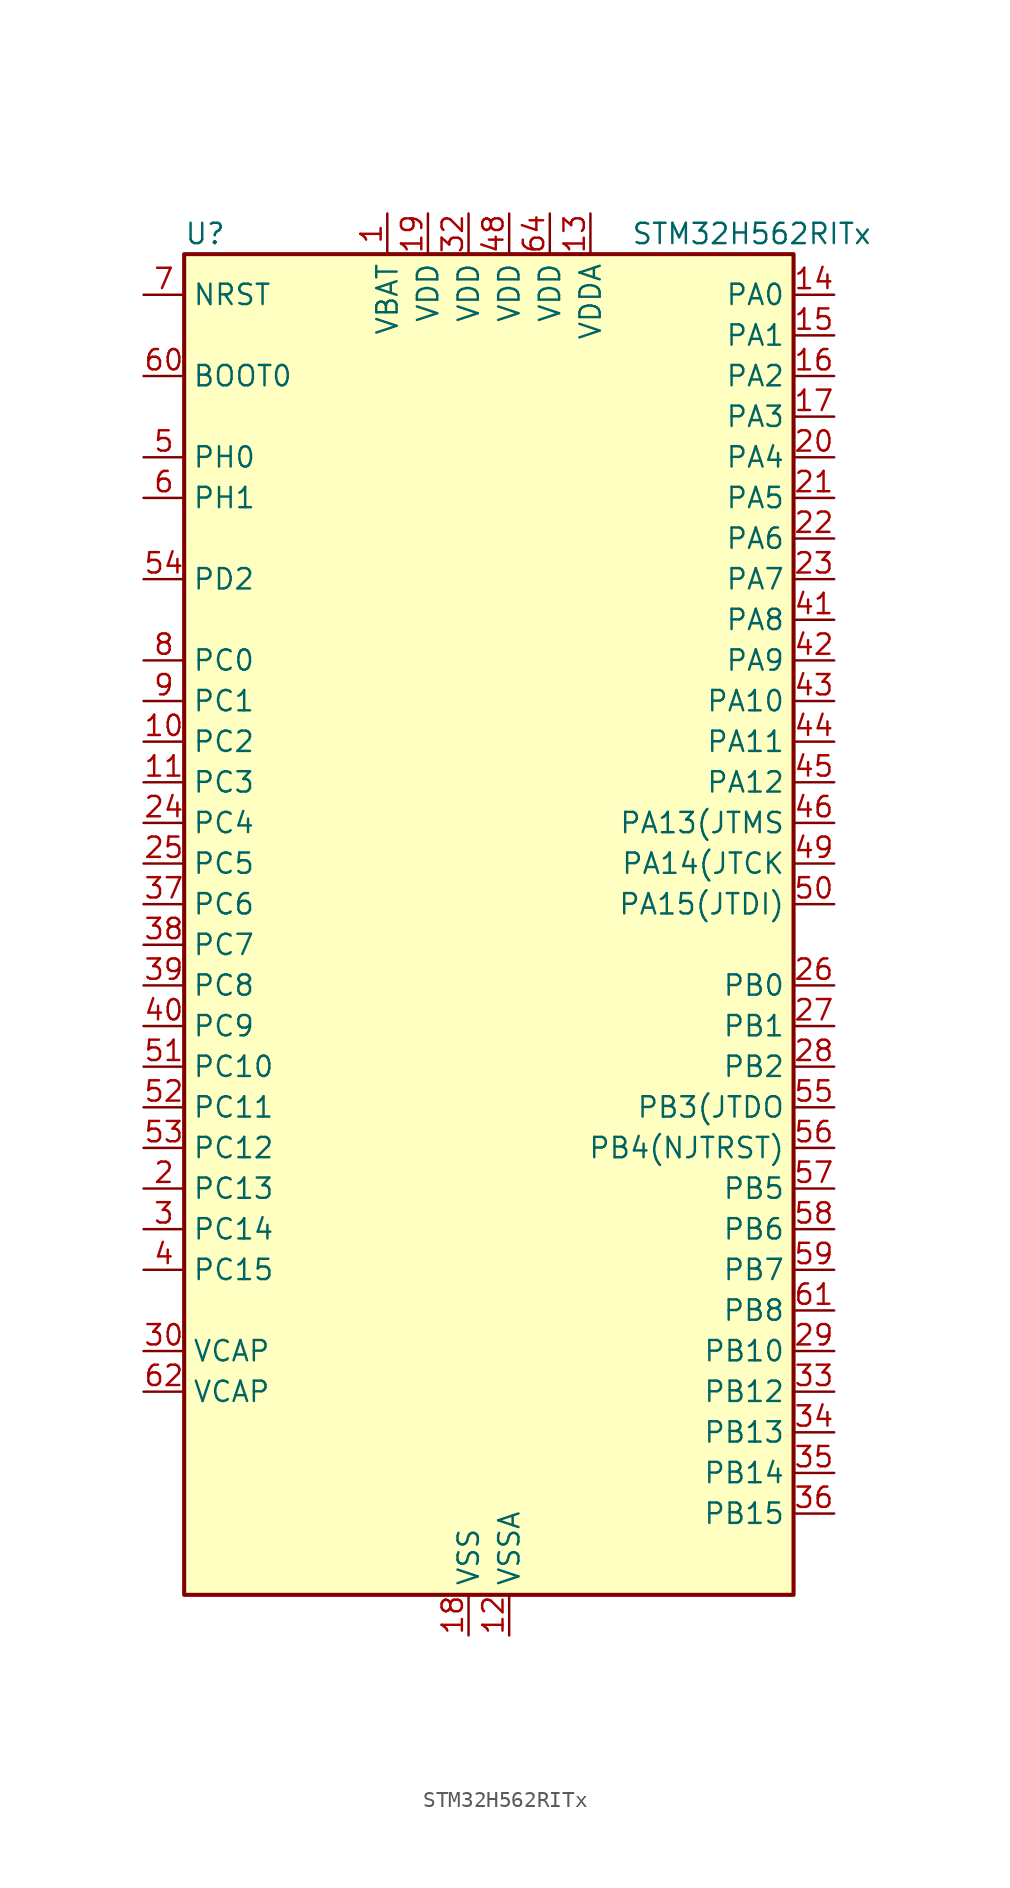
<source format=kicad_sym>
(kicad_symbol_lib
  (version 20231120)
  (generator "kicad-library-utils")
  (generator_version "8.0")
  (symbol "STM32H562RITx"
    (property "Reference" "U"
      (at -17.78 44.45 0)
      (effects (font (size 1.27 1.27)) (justify left)))
    (property "Value" "STM32H562RITx"
      (at 10.16 44.45 0)
      (effects (font (size 1.27 1.27)) (justify left)))
    (symbol "STM32H562RITx_0_1"
      (rectangle (start -17.78 -40.64) (end 20.32 43.18) (stroke (width 0.254) (type default)) (fill (type background))))
    (symbol "STM32H562RITx_1_1"
      (pin power_in line (at -5.08 45.72 270) (length 2.54) (name "VBAT" (effects (font (size 1.27 1.27)))) (number "1" (effects (font (size 1.27 1.27)))))
      (pin bidirectional line (at -20.32 12.7 0) (length 2.54) (name "PC2" (effects (font (size 1.27 1.27)))) (number "10" (effects (font (size 1.27 1.27)))) (alternate "ADC1_INN11" bidirectional line) (alternate "ADC1_INP12" bidirectional line) (alternate "ADC2_INN11" bidirectional line) (alternate "ADC2_INP12" bidirectional line) (alternate "I2S2_SDI" bidirectional line) (alternate "OCTOSPI1_IO2" bidirectional line) (alternate "OCTOSPI1_IO5" bidirectional line) (alternate "PWR_CSLEEP" bidirectional line) (alternate "SPI2_MISO" bidirectional line) (alternate "TIM17_CH1" bidirectional line) (alternate "TIM4_CH4" bidirectional line))
      (pin bidirectional line (at -20.32 10.16 0) (length 2.54) (name "PC3" (effects (font (size 1.27 1.27)))) (number "11" (effects (font (size 1.27 1.27)))) (alternate "ADC1_INN12" bidirectional line) (alternate "ADC1_INP13" bidirectional line) (alternate "ADC2_INN12" bidirectional line) (alternate "ADC2_INP13" bidirectional line) (alternate "I2S2_SDO" bidirectional line) (alternate "LPTIM3_CH1" bidirectional line) (alternate "OCTOSPI1_IO0" bidirectional line) (alternate "OCTOSPI1_IO6" bidirectional line) (alternate "PWR_CSTOP" bidirectional line) (alternate "SAI1_D3" bidirectional line) (alternate "SPI2_MOSI" bidirectional line))
      (pin power_in line (at 2.54 -43.18 90) (length 2.54) (name "VSSA" (effects (font (size 1.27 1.27)))) (number "12" (effects (font (size 1.27 1.27)))))
      (pin power_in line (at 7.62 45.72 270) (length 2.54) (name "VDDA" (effects (font (size 1.27 1.27)))) (number "13" (effects (font (size 1.27 1.27)))))
      (pin bidirectional line (at 22.86 40.64 180) (length 2.54) (name "PA0" (effects (font (size 1.27 1.27)))) (number "14" (effects (font (size 1.27 1.27)))) (alternate "ADC1_INN1" bidirectional line) (alternate "ADC1_INP0" bidirectional line) (alternate "ADC2_INN1" bidirectional line) (alternate "ADC2_INP0" bidirectional line) (alternate "PWR_WKUP1" bidirectional line) (alternate "SAI2_SD_B" bidirectional line) (alternate "SPI3_RDY" bidirectional line) (alternate "SPI6_NSS" bidirectional line) (alternate "TAMP_IN2" bidirectional line) (alternate "TAMP_OUT1" bidirectional line) (alternate "TIM15_BKIN" bidirectional line) (alternate "TIM2_CH1" bidirectional line) (alternate "TIM2_ETR" bidirectional line) (alternate "TIM5_CH1" bidirectional line) (alternate "TIM8_ETR" bidirectional line) (alternate "UART4_TX" bidirectional line) (alternate "USART2_CTS" bidirectional line) (alternate "USART2_NSS" bidirectional line))
      (pin bidirectional line (at 22.86 38.1 180) (length 2.54) (name "PA1" (effects (font (size 1.27 1.27)))) (number "15" (effects (font (size 1.27 1.27)))) (alternate "ADC1_INP1" bidirectional line) (alternate "ADC2_INP1" bidirectional line) (alternate "LPTIM1_IN1" bidirectional line) (alternate "OCTOSPI1_DQS" bidirectional line) (alternate "OCTOSPI1_IO3" bidirectional line) (alternate "SAI2_MCLK_B" bidirectional line) (alternate "TAMP_IN5" bidirectional line) (alternate "TAMP_OUT4" bidirectional line) (alternate "TIM15_CH1N" bidirectional line) (alternate "TIM2_CH2" bidirectional line) (alternate "TIM5_CH2" bidirectional line) (alternate "UART4_RX" bidirectional line) (alternate "USART2_RTS" bidirectional line))
      (pin bidirectional line (at 22.86 35.56 180) (length 2.54) (name "PA2" (effects (font (size 1.27 1.27)))) (number "16" (effects (font (size 1.27 1.27)))) (alternate "ADC1_INP14" bidirectional line) (alternate "ADC2_INP14" bidirectional line) (alternate "LPTIM1_IN2" bidirectional line) (alternate "PWR_WKUP2" bidirectional line) (alternate "SAI2_SCK_B" bidirectional line) (alternate "TAMP_IN4" bidirectional line) (alternate "TAMP_OUT3" bidirectional line) (alternate "TIM15_CH1" bidirectional line) (alternate "TIM2_CH3" bidirectional line) (alternate "TIM5_CH3" bidirectional line) (alternate "USART2_TX" bidirectional line))
      (pin bidirectional line (at 22.86 33.02 180) (length 2.54) (name "PA3" (effects (font (size 1.27 1.27)))) (number "17" (effects (font (size 1.27 1.27)))) (alternate "ADC1_INP15" bidirectional line) (alternate "ADC2_INP15" bidirectional line) (alternate "I2S2_WS" bidirectional line) (alternate "OCTOSPI1_CLK" bidirectional line) (alternate "SAI1_SD_B" bidirectional line) (alternate "SPI2_NSS" bidirectional line) (alternate "TIM15_CH2" bidirectional line) (alternate "TIM2_CH4" bidirectional line) (alternate "TIM5_CH4" bidirectional line) (alternate "USART2_RX" bidirectional line))
      (pin power_in line (at 0 -43.18 90) (length 2.54) (name "VSS" (effects (font (size 1.27 1.27)))) (number "18" (effects (font (size 1.27 1.27)))))
      (pin power_in line (at -2.54 45.72 270) (length 2.54) (name "VDD" (effects (font (size 1.27 1.27)))) (number "19" (effects (font (size 1.27 1.27)))))
      (pin bidirectional line (at -20.32 -15.24 0) (length 2.54) (name "PC13" (effects (font (size 1.27 1.27)))) (number "2" (effects (font (size 1.27 1.27)))) (alternate "PWR_WKUP4" bidirectional line) (alternate "RTC_OUT1" bidirectional line) (alternate "RTC_TS" bidirectional line) (alternate "TAMP_IN1" bidirectional line) (alternate "TAMP_OUT2" bidirectional line) (alternate "TAMP_OUT3" bidirectional line))
      (pin bidirectional line (at 22.86 30.48 180) (length 2.54) (name "PA4" (effects (font (size 1.27 1.27)))) (number "20" (effects (font (size 1.27 1.27)))) (alternate "ADC1_INP18" bidirectional line) (alternate "ADC2_INP18" bidirectional line) (alternate "DAC1_OUT1" bidirectional line) (alternate "DCMI_HSYNC" bidirectional line) (alternate "I2S1_WS" bidirectional line) (alternate "I2S3_WS" bidirectional line) (alternate "LPTIM2_CH1" bidirectional line) (alternate "PSSI_DE" bidirectional line) (alternate "SPI1_NSS" bidirectional line) (alternate "SPI3_NSS" bidirectional line) (alternate "SPI6_NSS" bidirectional line) (alternate "TIM5_ETR" bidirectional line) (alternate "USART2_CK" bidirectional line))
      (pin bidirectional line (at 22.86 27.94 180) (length 2.54) (name "PA5" (effects (font (size 1.27 1.27)))) (number "21" (effects (font (size 1.27 1.27)))) (alternate "ADC1_INN18" bidirectional line) (alternate "ADC1_INP19" bidirectional line) (alternate "ADC2_INN18" bidirectional line) (alternate "ADC2_INP19" bidirectional line) (alternate "DAC1_OUT2" bidirectional line) (alternate "I2S1_CK" bidirectional line) (alternate "PSSI_D14" bidirectional line) (alternate "SPI1_SCK" bidirectional line) (alternate "SPI6_SCK" bidirectional line) (alternate "TIM2_CH1" bidirectional line) (alternate "TIM2_ETR" bidirectional line) (alternate "TIM8_CH1N" bidirectional line))
      (pin bidirectional line (at 22.86 25.4 180) (length 2.54) (name "PA6" (effects (font (size 1.27 1.27)))) (number "22" (effects (font (size 1.27 1.27)))) (alternate "ADC1_INP3" bidirectional line) (alternate "ADC2_INP3" bidirectional line) (alternate "DCMI_PIXCLK" bidirectional line) (alternate "I2S1_SDI" bidirectional line) (alternate "OCTOSPI1_IO3" bidirectional line) (alternate "PSSI_PDCK" bidirectional line) (alternate "SPI1_MISO" bidirectional line) (alternate "SPI6_MISO" bidirectional line) (alternate "TIM13_CH1" bidirectional line) (alternate "TIM1_BKIN" bidirectional line) (alternate "TIM3_CH1" bidirectional line) (alternate "TIM8_BKIN" bidirectional line) (alternate "USART11_TX" bidirectional line))
      (pin bidirectional line (at 22.86 22.86 180) (length 2.54) (name "PA7" (effects (font (size 1.27 1.27)))) (number "23" (effects (font (size 1.27 1.27)))) (alternate "ADC1_INN3" bidirectional line) (alternate "ADC1_INP7" bidirectional line) (alternate "ADC2_INN3" bidirectional line) (alternate "ADC2_INP7" bidirectional line) (alternate "I2S1_SDO" bidirectional line) (alternate "OCTOSPI1_IO2" bidirectional line) (alternate "SPI1_MOSI" bidirectional line) (alternate "SPI6_MOSI" bidirectional line) (alternate "TIM14_CH1" bidirectional line) (alternate "TIM1_CH1N" bidirectional line) (alternate "TIM3_CH2" bidirectional line) (alternate "TIM8_CH1N" bidirectional line) (alternate "USART11_RX" bidirectional line))
      (pin bidirectional line (at -20.32 7.62 0) (length 2.54) (name "PC4" (effects (font (size 1.27 1.27)))) (number "24" (effects (font (size 1.27 1.27)))) (alternate "ADC1_INP4" bidirectional line) (alternate "ADC2_INP4" bidirectional line) (alternate "I2S1_MCK" bidirectional line) (alternate "LPTIM2_ETR" bidirectional line) (alternate "SAI1_CK1" bidirectional line) (alternate "TIM2_CH4" bidirectional line) (alternate "USART3_RX" bidirectional line))
      (pin bidirectional line (at -20.32 5.08 0) (length 2.54) (name "PC5" (effects (font (size 1.27 1.27)))) (number "25" (effects (font (size 1.27 1.27)))) (alternate "ADC1_INN4" bidirectional line) (alternate "ADC1_INP8" bidirectional line) (alternate "ADC2_INN4" bidirectional line) (alternate "ADC2_INP8" bidirectional line) (alternate "OCTOSPI1_DQS" bidirectional line) (alternate "PSSI_D15" bidirectional line) (alternate "SAI1_D3" bidirectional line) (alternate "SAI1_FS_A" bidirectional line) (alternate "TIM1_CH4N" bidirectional line))
      (pin bidirectional line (at 22.86 -2.54 180) (length 2.54) (name "PB0" (effects (font (size 1.27 1.27)))) (number "26" (effects (font (size 1.27 1.27)))) (alternate "ADC1_INN5" bidirectional line) (alternate "ADC1_INP9" bidirectional line) (alternate "ADC2_INN5" bidirectional line) (alternate "ADC2_INP9" bidirectional line) (alternate "LPTIM3_CH1" bidirectional line) (alternate "OCTOSPI1_IO1" bidirectional line) (alternate "TIM1_CH2N" bidirectional line) (alternate "TIM3_CH3" bidirectional line) (alternate "TIM8_CH2N" bidirectional line) (alternate "UART4_CTS" bidirectional line) (alternate "USART11_CK" bidirectional line))
      (pin bidirectional line (at 22.86 -5.08 180) (length 2.54) (name "PB1" (effects (font (size 1.27 1.27)))) (number "27" (effects (font (size 1.27 1.27)))) (alternate "ADC1_INP5" bidirectional line) (alternate "ADC2_INP5" bidirectional line) (alternate "LPTIM3_CH2" bidirectional line) (alternate "OCTOSPI1_IO0" bidirectional line) (alternate "TIM1_CH3N" bidirectional line) (alternate "TIM3_CH4" bidirectional line) (alternate "TIM8_CH3N" bidirectional line))
      (pin bidirectional line (at 22.86 -7.62 180) (length 2.54) (name "PB2" (effects (font (size 1.27 1.27)))) (number "28" (effects (font (size 1.27 1.27)))) (alternate "I2S3_SDO" bidirectional line) (alternate "LPTIM1_CH1" bidirectional line) (alternate "LPTIM5_ETR" bidirectional line) (alternate "OCTOSPI1_CLK" bidirectional line) (alternate "OCTOSPI1_DQS" bidirectional line) (alternate "RCC_LSCO" bidirectional line) (alternate "RTC_OUT2" bidirectional line) (alternate "SAI1_D1" bidirectional line) (alternate "SAI1_SD_A" bidirectional line) (alternate "SDMMC1_CMD" bidirectional line) (alternate "SPI1_RDY" bidirectional line) (alternate "SPI3_MOSI" bidirectional line) (alternate "TIM8_CH4N" bidirectional line))
      (pin bidirectional line (at 22.86 -25.4 180) (length 2.54) (name "PB10" (effects (font (size 1.27 1.27)))) (number "29" (effects (font (size 1.27 1.27)))) (alternate "I2C2_SCL" bidirectional line) (alternate "I2S2_CK" bidirectional line) (alternate "LPTIM2_IN1" bidirectional line) (alternate "LPTIM3_CH1" bidirectional line) (alternate "OCTOSPI1_NCS" bidirectional line) (alternate "SPI2_SCK" bidirectional line) (alternate "TIM2_CH3" bidirectional line) (alternate "USART3_TX" bidirectional line))
      (pin bidirectional line (at -20.32 -17.78 0) (length 2.54) (name "PC14" (effects (font (size 1.27 1.27)))) (number "3" (effects (font (size 1.27 1.27)))) (alternate "RCC_OSC32_IN" bidirectional line))
      (pin power_out line (at -20.32 -25.4 0) (length 2.54) (name "VCAP" (effects (font (size 1.27 1.27)))) (number "30" (effects (font (size 1.27 1.27)))))
      (pin passive line (at 0 -43.18 90) (length 2.54) hide (name "VSS" (effects (font (size 1.27 1.27)))) (number "31" (effects (font (size 1.27 1.27)))))
      (pin power_in line (at 0 45.72 270) (length 2.54) (name "VDD" (effects (font (size 1.27 1.27)))) (number "32" (effects (font (size 1.27 1.27)))))
      (pin bidirectional line (at 22.86 -27.94 180) (length 2.54) (name "PB12" (effects (font (size 1.27 1.27)))) (number "33" (effects (font (size 1.27 1.27)))) (alternate "I2C2_SDA" bidirectional line) (alternate "I2S2_WS" bidirectional line) (alternate "OCTOSPI1_NCLK" bidirectional line) (alternate "SPI2_NSS" bidirectional line) (alternate "TIM1_BKIN" bidirectional line) (alternate "UART5_RX" bidirectional line) (alternate "UCPD1_FRSTX" bidirectional line) (alternate "USART3_CK" bidirectional line))
      (pin bidirectional line (at 22.86 -30.48 180) (length 2.54) (name "PB13" (effects (font (size 1.27 1.27)))) (number "34" (effects (font (size 1.27 1.27)))) (alternate "I2C2_SMBA" bidirectional line) (alternate "I2S2_CK" bidirectional line) (alternate "LPTIM2_CH1" bidirectional line) (alternate "LPTIM3_IN1" bidirectional line) (alternate "SDMMC1_D0" bidirectional line) (alternate "SPI2_SCK" bidirectional line) (alternate "TIM1_CH1N" bidirectional line) (alternate "UART5_TX" bidirectional line) (alternate "UCPD1_CC1" bidirectional line) (alternate "USART3_CTS" bidirectional line) (alternate "USART3_NSS" bidirectional line))
      (pin bidirectional line (at 22.86 -33.02 180) (length 2.54) (name "PB14" (effects (font (size 1.27 1.27)))) (number "35" (effects (font (size 1.27 1.27)))) (alternate "I2S2_SDI" bidirectional line) (alternate "LPTIM3_ETR" bidirectional line) (alternate "SPI2_MISO" bidirectional line) (alternate "TIM12_CH1" bidirectional line) (alternate "TIM1_CH2N" bidirectional line) (alternate "TIM8_CH2N" bidirectional line) (alternate "UART4_DE" bidirectional line) (alternate "UART4_RTS" bidirectional line) (alternate "UCPD1_CC2" bidirectional line) (alternate "USART1_TX" bidirectional line) (alternate "USART3_RTS" bidirectional line))
      (pin bidirectional line (at 22.86 -35.56 180) (length 2.54) (name "PB15" (effects (font (size 1.27 1.27)))) (number "36" (effects (font (size 1.27 1.27)))) (alternate "ADC1_EXTI15" bidirectional line) (alternate "ADC2_EXTI15" bidirectional line) (alternate "DCMI_D2" bidirectional line) (alternate "I2S2_SDO" bidirectional line) (alternate "OCTOSPI1_CLK" bidirectional line) (alternate "PSSI_D2" bidirectional line) (alternate "PWR_PVD_IN" bidirectional line) (alternate "RTC_REFIN" bidirectional line) (alternate "SPI2_MOSI" bidirectional line) (alternate "TIM12_CH2" bidirectional line) (alternate "TIM1_CH3N" bidirectional line) (alternate "TIM8_CH3N" bidirectional line) (alternate "UART4_CTS" bidirectional line) (alternate "UART5_RX" bidirectional line) (alternate "USART11_CTS" bidirectional line) (alternate "USART11_NSS" bidirectional line) (alternate "USART1_RX" bidirectional line))
      (pin bidirectional line (at -20.32 2.54 0) (length 2.54) (name "PC6" (effects (font (size 1.27 1.27)))) (number "37" (effects (font (size 1.27 1.27)))) (alternate "DCMI_D0" bidirectional line) (alternate "I2S2_MCK" bidirectional line) (alternate "OCTOSPI1_IO5" bidirectional line) (alternate "PSSI_D0" bidirectional line) (alternate "SAI1_SCK_A" bidirectional line) (alternate "SDMMC1_D0DIR" bidirectional line) (alternate "SDMMC1_D6" bidirectional line) (alternate "TIM3_CH1" bidirectional line) (alternate "TIM8_CH1" bidirectional line) (alternate "USART6_TX" bidirectional line))
      (pin bidirectional line (at -20.32 0 0) (length 2.54) (name "PC7" (effects (font (size 1.27 1.27)))) (number "38" (effects (font (size 1.27 1.27)))) (alternate "DCMI_D1" bidirectional line) (alternate "DEBUG_TRGIO" bidirectional line) (alternate "I2S3_MCK" bidirectional line) (alternate "OCTOSPI1_IO6" bidirectional line) (alternate "PSSI_D1" bidirectional line) (alternate "SDMMC1_D123DIR" bidirectional line) (alternate "SDMMC1_D7" bidirectional line) (alternate "TIM3_CH2" bidirectional line) (alternate "TIM8_CH2" bidirectional line) (alternate "USART6_RX" bidirectional line))
      (pin bidirectional line (at -20.32 -2.54 0) (length 2.54) (name "PC8" (effects (font (size 1.27 1.27)))) (number "39" (effects (font (size 1.27 1.27)))) (alternate "DCMI_D2" bidirectional line) (alternate "DEBUG_TRACED1" bidirectional line) (alternate "PSSI_D2" bidirectional line) (alternate "SDMMC1_D0" bidirectional line) (alternate "TIM3_CH3" bidirectional line) (alternate "TIM8_CH3" bidirectional line) (alternate "UART5_DE" bidirectional line) (alternate "UART5_RTS" bidirectional line) (alternate "USART6_CK" bidirectional line))
      (pin bidirectional line (at -20.32 -20.32 0) (length 2.54) (name "PC15" (effects (font (size 1.27 1.27)))) (number "4" (effects (font (size 1.27 1.27)))) (alternate "ADC1_EXTI15" bidirectional line) (alternate "ADC2_EXTI15" bidirectional line) (alternate "RCC_OSC32_OUT" bidirectional line))
      (pin bidirectional line (at -20.32 -5.08 0) (length 2.54) (name "PC9" (effects (font (size 1.27 1.27)))) (number "40" (effects (font (size 1.27 1.27)))) (alternate "AUDIOCLK" bidirectional line) (alternate "DAC1_EXTI9" bidirectional line) (alternate "DCMI_D3" bidirectional line) (alternate "I2C3_SDA" bidirectional line) (alternate "OCTOSPI1_IO0" bidirectional line) (alternate "PSSI_D3" bidirectional line) (alternate "RCC_MCO_2" bidirectional line) (alternate "SDMMC1_D1" bidirectional line) (alternate "TIM3_CH4" bidirectional line) (alternate "TIM8_CH4" bidirectional line) (alternate "UART5_CTS" bidirectional line) (alternate "UCPD1_DB2" bidirectional line))
      (pin bidirectional line (at 22.86 20.32 180) (length 2.54) (name "PA8" (effects (font (size 1.27 1.27)))) (number "41" (effects (font (size 1.27 1.27)))) (alternate "DCMI_D3" bidirectional line) (alternate "I2C3_SCL" bidirectional line) (alternate "PSSI_D3" bidirectional line) (alternate "RCC_MCO_1" bidirectional line) (alternate "SPI1_RDY" bidirectional line) (alternate "TIM1_CH1" bidirectional line) (alternate "TIM8_BKIN2" bidirectional line) (alternate "UART7_RX" bidirectional line) (alternate "USART1_CK" bidirectional line) (alternate "USB_SOF" bidirectional line))
      (pin bidirectional line (at 22.86 17.78 180) (length 2.54) (name "PA9" (effects (font (size 1.27 1.27)))) (number "42" (effects (font (size 1.27 1.27)))) (alternate "DAC1_EXTI9" bidirectional line) (alternate "DCMI_D0" bidirectional line) (alternate "I2C3_SMBA" bidirectional line) (alternate "I2S2_CK" bidirectional line) (alternate "LPUART1_TX" bidirectional line) (alternate "PSSI_D0" bidirectional line) (alternate "SPI2_SCK" bidirectional line) (alternate "TIM1_CH2" bidirectional line) (alternate "UCPD1_DB1" bidirectional line) (alternate "USART1_TX" bidirectional line))
      (pin bidirectional line (at 22.86 15.24 180) (length 2.54) (name "PA10" (effects (font (size 1.27 1.27)))) (number "43" (effects (font (size 1.27 1.27)))) (alternate "DCMI_D1" bidirectional line) (alternate "LPTIM2_IN2" bidirectional line) (alternate "LPUART1_RX" bidirectional line) (alternate "PSSI_D1" bidirectional line) (alternate "SDMMC1_D0" bidirectional line) (alternate "TIM1_CH3" bidirectional line) (alternate "UCPD1_FRSTX" bidirectional line) (alternate "USART1_RX" bidirectional line))
      (pin bidirectional line (at 22.86 12.7 180) (length 2.54) (name "PA11" (effects (font (size 1.27 1.27)))) (number "44" (effects (font (size 1.27 1.27)))) (alternate "ADC1_EXTI11" bidirectional line) (alternate "ADC2_EXTI11" bidirectional line) (alternate "FDCAN1_RX" bidirectional line) (alternate "I2S2_WS" bidirectional line) (alternate "LPUART1_CTS" bidirectional line) (alternate "SPI2_NSS" bidirectional line) (alternate "TIM1_CH4" bidirectional line) (alternate "UART4_RX" bidirectional line) (alternate "USART1_CTS" bidirectional line) (alternate "USART1_NSS" bidirectional line) (alternate "USB_DM" bidirectional line))
      (pin bidirectional line (at 22.86 10.16 180) (length 2.54) (name "PA12" (effects (font (size 1.27 1.27)))) (number "45" (effects (font (size 1.27 1.27)))) (alternate "FDCAN1_TX" bidirectional line) (alternate "I2S2_CK" bidirectional line) (alternate "LPUART1_RTS" bidirectional line) (alternate "SAI2_FS_B" bidirectional line) (alternate "SPI2_SCK" bidirectional line) (alternate "TIM1_ETR" bidirectional line) (alternate "UART4_TX" bidirectional line) (alternate "USART1_RTS" bidirectional line) (alternate "USB_DP" bidirectional line))
      (pin bidirectional line (at 22.86 7.62 180) (length 2.54) (name "PA13(JTMS" (effects (font (size 1.27 1.27)))) (number "46" (effects (font (size 1.27 1.27)))) (alternate "DEBUG_JTMS-SWDIO" bidirectional line))
      (pin passive line (at 0 -43.18 90) (length 2.54) hide (name "VSS" (effects (font (size 1.27 1.27)))) (number "47" (effects (font (size 1.27 1.27)))))
      (pin power_in line (at 2.54 45.72 270) (length 2.54) (name "VDD" (effects (font (size 1.27 1.27)))) (number "48" (effects (font (size 1.27 1.27)))))
      (pin bidirectional line (at 22.86 5.08 180) (length 2.54) (name "PA14(JTCK" (effects (font (size 1.27 1.27)))) (number "49" (effects (font (size 1.27 1.27)))) (alternate "DEBUG_JTCK-SWCLK" bidirectional line))
      (pin bidirectional line (at -20.32 30.48 0) (length 2.54) (name "PH0" (effects (font (size 1.27 1.27)))) (number "5" (effects (font (size 1.27 1.27)))) (alternate "RCC_OSC_IN" bidirectional line))
      (pin bidirectional line (at 22.86 2.54 180) (length 2.54) (name "PA15(JTDI)" (effects (font (size 1.27 1.27)))) (number "50" (effects (font (size 1.27 1.27)))) (alternate "ADC1_EXTI15" bidirectional line) (alternate "ADC2_EXTI15" bidirectional line) (alternate "CEC" bidirectional line) (alternate "DCMI_D11" bidirectional line) (alternate "DEBUG_JTDI" bidirectional line) (alternate "I2S1_WS" bidirectional line) (alternate "I2S3_WS" bidirectional line) (alternate "LPTIM3_IN2" bidirectional line) (alternate "PSSI_D11" bidirectional line) (alternate "SPI1_NSS" bidirectional line) (alternate "SPI3_NSS" bidirectional line) (alternate "SPI6_NSS" bidirectional line) (alternate "TIM2_CH1" bidirectional line) (alternate "TIM2_ETR" bidirectional line) (alternate "UART4_DE" bidirectional line) (alternate "UART4_RTS" bidirectional line) (alternate "UART7_TX" bidirectional line))
      (pin bidirectional line (at -20.32 -7.62 0) (length 2.54) (name "PC10" (effects (font (size 1.27 1.27)))) (number "51" (effects (font (size 1.27 1.27)))) (alternate "DCMI_D8" bidirectional line) (alternate "I2S3_CK" bidirectional line) (alternate "LPTIM3_ETR" bidirectional line) (alternate "OCTOSPI1_IO1" bidirectional line) (alternate "PSSI_D8" bidirectional line) (alternate "SDMMC1_D2" bidirectional line) (alternate "SPI3_SCK" bidirectional line) (alternate "UART4_TX" bidirectional line) (alternate "USART3_TX" bidirectional line))
      (pin bidirectional line (at -20.32 -10.16 0) (length 2.54) (name "PC11" (effects (font (size 1.27 1.27)))) (number "52" (effects (font (size 1.27 1.27)))) (alternate "ADC1_EXTI11" bidirectional line) (alternate "ADC2_EXTI11" bidirectional line) (alternate "DCMI_D4" bidirectional line) (alternate "I2S3_SDI" bidirectional line) (alternate "LPTIM3_IN1" bidirectional line) (alternate "OCTOSPI1_NCS" bidirectional line) (alternate "PSSI_D4" bidirectional line) (alternate "SDMMC1_D3" bidirectional line) (alternate "SPI3_MISO" bidirectional line) (alternate "UART4_RX" bidirectional line) (alternate "USART3_RX" bidirectional line))
      (pin bidirectional line (at -20.32 -12.7 0) (length 2.54) (name "PC12" (effects (font (size 1.27 1.27)))) (number "53" (effects (font (size 1.27 1.27)))) (alternate "DCMI_D9" bidirectional line) (alternate "DEBUG_TRACED3" bidirectional line) (alternate "I2S3_SDO" bidirectional line) (alternate "PSSI_D9" bidirectional line) (alternate "SDMMC1_CK" bidirectional line) (alternate "SPI3_MOSI" bidirectional line) (alternate "SPI6_SCK" bidirectional line) (alternate "TIM15_CH1" bidirectional line) (alternate "UART5_TX" bidirectional line) (alternate "USART3_CK" bidirectional line))
      (pin bidirectional line (at -20.32 22.86 0) (length 2.54) (name "PD2" (effects (font (size 1.27 1.27)))) (number "54" (effects (font (size 1.27 1.27)))) (alternate "DCMI_D11" bidirectional line) (alternate "DEBUG_TRACED2" bidirectional line) (alternate "LPTIM4_ETR" bidirectional line) (alternate "PSSI_D11" bidirectional line) (alternate "PWR_WKUP7" bidirectional line) (alternate "SDMMC1_CMD" bidirectional line) (alternate "TIM15_BKIN" bidirectional line) (alternate "TIM3_ETR" bidirectional line) (alternate "UART5_RX" bidirectional line))
      (pin bidirectional line (at 22.86 -10.16 180) (length 2.54) (name "PB3(JTDO" (effects (font (size 1.27 1.27)))) (number "55" (effects (font (size 1.27 1.27)))) (alternate "CRS_SYNC" bidirectional line) (alternate "DEBUG_JTDO-SWO" bidirectional line) (alternate "I2C2_SDA" bidirectional line) (alternate "I2S1_CK" bidirectional line) (alternate "I2S3_CK" bidirectional line) (alternate "LPTIM6_ETR" bidirectional line) (alternate "SPI1_SCK" bidirectional line) (alternate "SPI3_SCK" bidirectional line) (alternate "SPI6_SCK" bidirectional line) (alternate "TIM2_CH2" bidirectional line) (alternate "UART7_RX" bidirectional line))
      (pin bidirectional line (at 22.86 -12.7 180) (length 2.54) (name "PB4(NJTRST)" (effects (font (size 1.27 1.27)))) (number "56" (effects (font (size 1.27 1.27)))) (alternate "DCMI_D7" bidirectional line) (alternate "DEBUG_JTRST" bidirectional line) (alternate "I2S1_SDI" bidirectional line) (alternate "I2S2_WS" bidirectional line) (alternate "I2S3_SDI" bidirectional line) (alternate "LPTIM1_CH2" bidirectional line) (alternate "OCTOSPI1_CLK" bidirectional line) (alternate "PSSI_D7" bidirectional line) (alternate "SPI1_MISO" bidirectional line) (alternate "SPI2_NSS" bidirectional line) (alternate "SPI3_MISO" bidirectional line) (alternate "SPI6_MISO" bidirectional line) (alternate "TIM16_BKIN" bidirectional line) (alternate "TIM3_CH1" bidirectional line) (alternate "UART7_TX" bidirectional line))
      (pin bidirectional line (at 22.86 -15.24 180) (length 2.54) (name "PB5" (effects (font (size 1.27 1.27)))) (number "57" (effects (font (size 1.27 1.27)))) (alternate "DCMI_D10" bidirectional line) (alternate "I2C1_SMBA" bidirectional line) (alternate "I2C4_SMBA" bidirectional line) (alternate "I2S1_SDO" bidirectional line) (alternate "I2S3_SDO" bidirectional line) (alternate "OCTOSPI1_NCLK" bidirectional line) (alternate "PSSI_D10" bidirectional line) (alternate "SPI1_MOSI" bidirectional line) (alternate "SPI3_MOSI" bidirectional line) (alternate "SPI6_MOSI" bidirectional line) (alternate "TIM17_BKIN" bidirectional line) (alternate "TIM3_CH2" bidirectional line) (alternate "UART5_RX" bidirectional line))
      (pin bidirectional line (at 22.86 -17.78 180) (length 2.54) (name "PB6" (effects (font (size 1.27 1.27)))) (number "58" (effects (font (size 1.27 1.27)))) (alternate "CEC" bidirectional line) (alternate "DCMI_D5" bidirectional line) (alternate "I2C1_SCL" bidirectional line) (alternate "I2C4_SCL" bidirectional line) (alternate "I3C1_SCL" bidirectional line) (alternate "LPUART1_TX" bidirectional line) (alternate "OCTOSPI1_NCS" bidirectional line) (alternate "PSSI_D5" bidirectional line) (alternate "TIM16_CH1N" bidirectional line) (alternate "TIM4_CH1" bidirectional line) (alternate "UART5_TX" bidirectional line) (alternate "USART1_TX" bidirectional line))
      (pin bidirectional line (at 22.86 -20.32 180) (length 2.54) (name "PB7" (effects (font (size 1.27 1.27)))) (number "59" (effects (font (size 1.27 1.27)))) (alternate "DCMI_VSYNC" bidirectional line) (alternate "FDCAN1_TX" bidirectional line) (alternate "I2C1_SDA" bidirectional line) (alternate "I2C4_SDA" bidirectional line) (alternate "I3C1_SDA" bidirectional line) (alternate "LPUART1_RX" bidirectional line) (alternate "PSSI_RDY" bidirectional line) (alternate "PWR_WKUP5" bidirectional line) (alternate "TIM17_CH1N" bidirectional line) (alternate "TIM4_CH2" bidirectional line) (alternate "USART1_RX" bidirectional line))
      (pin bidirectional line (at -20.32 27.94 0) (length 2.54) (name "PH1" (effects (font (size 1.27 1.27)))) (number "6" (effects (font (size 1.27 1.27)))) (alternate "RCC_OSC_OUT" bidirectional line))
      (pin input line (at -20.32 35.56 0) (length 2.54) (name "BOOT0" (effects (font (size 1.27 1.27)))) (number "60" (effects (font (size 1.27 1.27)))))
      (pin bidirectional line (at 22.86 -22.86 180) (length 2.54) (name "PB8" (effects (font (size 1.27 1.27)))) (number "61" (effects (font (size 1.27 1.27)))) (alternate "DCMI_D6" bidirectional line) (alternate "FDCAN1_RX" bidirectional line) (alternate "I2C1_SCL" bidirectional line) (alternate "I2C4_SCL" bidirectional line) (alternate "I3C1_SCL" bidirectional line) (alternate "PSSI_D6" bidirectional line) (alternate "SDMMC1_CKIN" bidirectional line) (alternate "SDMMC1_D4" bidirectional line) (alternate "TIM16_CH1" bidirectional line) (alternate "TIM4_CH3" bidirectional line) (alternate "UART4_RX" bidirectional line))
      (pin power_out line (at -20.32 -27.94 0) (length 2.54) (name "VCAP" (effects (font (size 1.27 1.27)))) (number "62" (effects (font (size 1.27 1.27)))))
      (pin passive line (at 0 -43.18 90) (length 2.54) hide (name "VSS" (effects (font (size 1.27 1.27)))) (number "63" (effects (font (size 1.27 1.27)))))
      (pin power_in line (at 5.08 45.72 270) (length 2.54) (name "VDD" (effects (font (size 1.27 1.27)))) (number "64" (effects (font (size 1.27 1.27)))))
      (pin input line (at -20.32 40.64 0) (length 2.54) (name "NRST" (effects (font (size 1.27 1.27)))) (number "7" (effects (font (size 1.27 1.27)))))
      (pin bidirectional line (at -20.32 17.78 0) (length 2.54) (name "PC0" (effects (font (size 1.27 1.27)))) (number "8" (effects (font (size 1.27 1.27)))) (alternate "ADC1_INP10" bidirectional line) (alternate "ADC2_INP10" bidirectional line) (alternate "OCTOSPI1_IO7" bidirectional line) (alternate "SAI1_MCLK_A" bidirectional line) (alternate "SAI2_FS_B" bidirectional line) (alternate "SPI2_RDY" bidirectional line) (alternate "TIM16_BKIN" bidirectional line))
      (pin bidirectional line (at -20.32 15.24 0) (length 2.54) (name "PC1" (effects (font (size 1.27 1.27)))) (number "9" (effects (font (size 1.27 1.27)))) (alternate "ADC1_INN10" bidirectional line) (alternate "ADC1_INP11" bidirectional line) (alternate "ADC2_INN10" bidirectional line) (alternate "ADC2_INP11" bidirectional line) (alternate "DEBUG_TRACED0" bidirectional line) (alternate "I2S2_SDO" bidirectional line) (alternate "OCTOSPI1_IO4" bidirectional line) (alternate "PWR_WKUP6" bidirectional line) (alternate "SAI1_D1" bidirectional line) (alternate "SAI1_SD_A" bidirectional line) (alternate "SAI2_SD_A" bidirectional line) (alternate "SPI2_MOSI" bidirectional line) (alternate "TAMP_IN3" bidirectional line) (alternate "TAMP_OUT5" bidirectional line) (alternate "USART11_RTS" bidirectional line)))))
</source>
